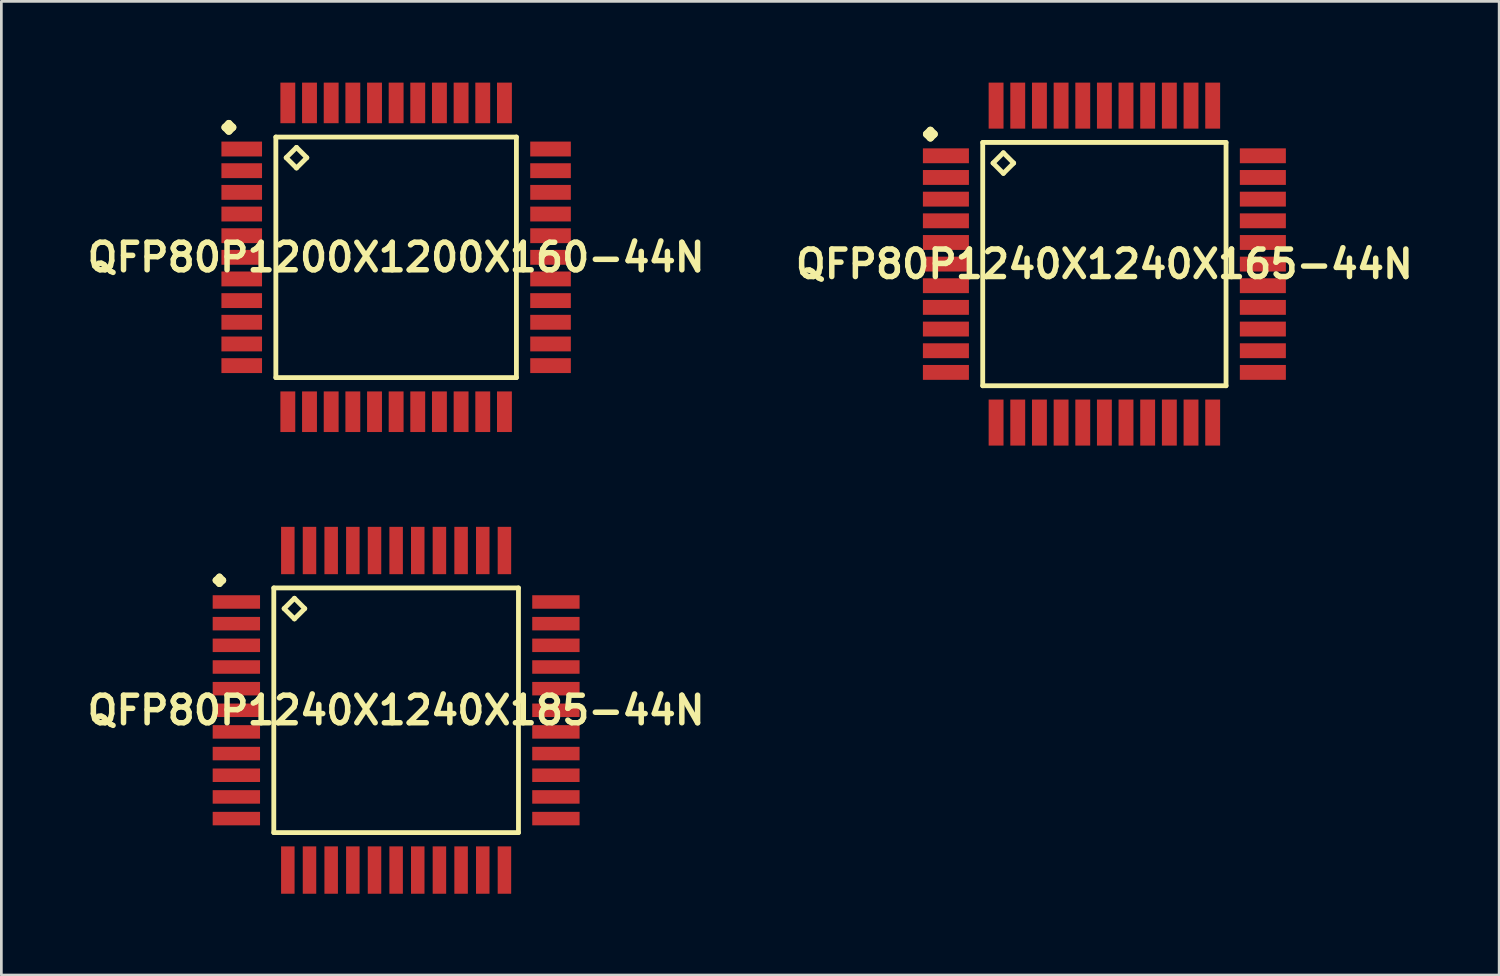
<source format=kicad_pcb>
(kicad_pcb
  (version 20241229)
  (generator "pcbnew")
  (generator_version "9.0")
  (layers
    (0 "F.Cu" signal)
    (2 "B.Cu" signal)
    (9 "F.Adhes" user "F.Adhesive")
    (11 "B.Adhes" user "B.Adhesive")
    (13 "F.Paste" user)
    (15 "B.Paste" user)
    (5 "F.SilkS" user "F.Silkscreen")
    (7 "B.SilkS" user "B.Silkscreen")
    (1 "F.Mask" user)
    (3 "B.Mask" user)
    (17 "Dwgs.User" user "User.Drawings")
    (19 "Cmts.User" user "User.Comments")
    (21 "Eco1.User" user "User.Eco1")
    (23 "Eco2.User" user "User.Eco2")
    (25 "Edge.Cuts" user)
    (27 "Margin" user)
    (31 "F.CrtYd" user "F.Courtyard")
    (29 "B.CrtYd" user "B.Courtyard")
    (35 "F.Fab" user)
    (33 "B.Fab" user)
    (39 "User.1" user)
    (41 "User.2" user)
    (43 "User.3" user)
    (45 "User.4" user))
  (footprint "QFP80P1240X1240X185-44N"
    (layer "F.Cu")
    (at 11.573 23.17)
    (property "Reference" "QFP80P1240X1240X185-44N" (at 0 0 0) (layer "F.SilkS") (effects (font (size 1.016 1.016) (thickness 0.203))))
    (attr smd)
    (fp_line (start -6.65 -4.798) (end -6.523 -4.923) (stroke (width 0.249) (type solid)) (layer "F.SilkS"))
    (fp_line (start -6.523 -4.923) (end -6.398 -4.798) (stroke (width 0.249) (type solid)) (layer "F.SilkS"))
    (fp_line (start -6.523 -4.674) (end -6.65 -4.798) (stroke (width 0.249) (type solid)) (layer "F.SilkS"))
    (fp_line (start -6.398 -4.798) (end -6.523 -4.674) (stroke (width 0.249) (type solid)) (layer "F.SilkS"))
    (fp_line (start -4.516 -4.516) (end -4.516 4.516) (stroke (width 0.178) (type solid)) (layer "F.SilkS"))
    (fp_line (start -4.516 4.516) (end 4.516 4.516) (stroke (width 0.178) (type solid)) (layer "F.SilkS"))
    (fp_line (start -4.135 -3.754) (end -3.754 -4.135) (stroke (width 0.178) (type solid)) (layer "F.SilkS"))
    (fp_line (start -3.754 -4.135) (end -3.373 -3.754) (stroke (width 0.178) (type solid)) (layer "F.SilkS"))
    (fp_line (start -3.754 -3.373) (end -4.135 -3.754) (stroke (width 0.178) (type solid)) (layer "F.SilkS"))
    (fp_line (start -3.373 -3.754) (end -3.754 -3.373) (stroke (width 0.178) (type solid)) (layer "F.SilkS"))
    (fp_line (start 4.516 -4.516) (end -4.516 -4.516) (stroke (width 0.178) (type solid)) (layer "F.SilkS"))
    (fp_line (start 4.516 4.516) (end 4.516 -4.516) (stroke (width 0.178) (type solid)) (layer "F.SilkS"))
    (pad "1" smd rect (at -5.898 -3.998) (size 1.748 0.498) (layers "F.Cu" "F.Mask" "F.Paste"))
    (pad "2" smd rect (at -5.898 -3.198) (size 1.748 0.498) (layers "F.Cu" "F.Mask" "F.Paste"))
    (pad "3" smd rect (at -5.898 -2.398) (size 1.748 0.498) (layers "F.Cu" "F.Mask" "F.Paste"))
    (pad "4" smd rect (at -5.898 -1.598) (size 1.748 0.498) (layers "F.Cu" "F.Mask" "F.Paste"))
    (pad "5" smd rect (at -5.898 -0.798) (size 1.748 0.498) (layers "F.Cu" "F.Mask" "F.Paste"))
    (pad "6" smd rect (at -5.898 0) (size 1.748 0.498) (layers "F.Cu" "F.Mask" "F.Paste"))
    (pad "7" smd rect (at -5.898 0.798) (size 1.748 0.498) (layers "F.Cu" "F.Mask" "F.Paste"))
    (pad "8" smd rect (at -5.898 1.598) (size 1.748 0.498) (layers "F.Cu" "F.Mask" "F.Paste"))
    (pad "9" smd rect (at -5.898 2.398) (size 1.748 0.498) (layers "F.Cu" "F.Mask" "F.Paste"))
    (pad "10" smd rect (at -5.898 3.198) (size 1.748 0.498) (layers "F.Cu" "F.Mask" "F.Paste"))
    (pad "11" smd rect (at -5.898 3.998) (size 1.748 0.498) (layers "F.Cu" "F.Mask" "F.Paste"))
    (pad "12" smd rect (at -3.998 5.898) (size 0.498 1.748) (layers "F.Cu" "F.Mask" "F.Paste"))
    (pad "13" smd rect (at -3.198 5.898) (size 0.498 1.748) (layers "F.Cu" "F.Mask" "F.Paste"))
    (pad "14" smd rect (at -2.398 5.898) (size 0.498 1.748) (layers "F.Cu" "F.Mask" "F.Paste"))
    (pad "15" smd rect (at -1.598 5.898) (size 0.498 1.748) (layers "F.Cu" "F.Mask" "F.Paste"))
    (pad "16" smd rect (at -0.798 5.898) (size 0.498 1.748) (layers "F.Cu" "F.Mask" "F.Paste"))
    (pad "17" smd rect (at 0 5.898) (size 0.498 1.748) (layers "F.Cu" "F.Mask" "F.Paste"))
    (pad "18" smd rect (at 0.798 5.898) (size 0.498 1.748) (layers "F.Cu" "F.Mask" "F.Paste"))
    (pad "19" smd rect (at 1.598 5.898) (size 0.498 1.748) (layers "F.Cu" "F.Mask" "F.Paste"))
    (pad "20" smd rect (at 2.398 5.898) (size 0.498 1.748) (layers "F.Cu" "F.Mask" "F.Paste"))
    (pad "21" smd rect (at 3.198 5.898) (size 0.498 1.748) (layers "F.Cu" "F.Mask" "F.Paste"))
    (pad "22" smd rect (at 3.998 5.898) (size 0.498 1.748) (layers "F.Cu" "F.Mask" "F.Paste"))
    (pad "23" smd rect (at 5.898 3.998) (size 1.748 0.498) (layers "F.Cu" "F.Mask" "F.Paste"))
    (pad "24" smd rect (at 5.898 3.198) (size 1.748 0.498) (layers "F.Cu" "F.Mask" "F.Paste"))
    (pad "25" smd rect (at 5.898 2.398) (size 1.748 0.498) (layers "F.Cu" "F.Mask" "F.Paste"))
    (pad "26" smd rect (at 5.898 1.598) (size 1.748 0.498) (layers "F.Cu" "F.Mask" "F.Paste"))
    (pad "27" smd rect (at 5.898 0.798) (size 1.748 0.498) (layers "F.Cu" "F.Mask" "F.Paste"))
    (pad "28" smd rect (at 5.898 0) (size 1.748 0.498) (layers "F.Cu" "F.Mask" "F.Paste"))
    (pad "29" smd rect (at 5.898 -0.798) (size 1.748 0.498) (layers "F.Cu" "F.Mask" "F.Paste"))
    (pad "30" smd rect (at 5.898 -1.598) (size 1.748 0.498) (layers "F.Cu" "F.Mask" "F.Paste"))
    (pad "31" smd rect (at 5.898 -2.398) (size 1.748 0.498) (layers "F.Cu" "F.Mask" "F.Paste"))
    (pad "32" smd rect (at 5.898 -3.198) (size 1.748 0.498) (layers "F.Cu" "F.Mask" "F.Paste"))
    (pad "33" smd rect (at 5.898 -3.998) (size 1.748 0.498) (layers "F.Cu" "F.Mask" "F.Paste"))
    (pad "34" smd rect (at 3.998 -5.898) (size 0.498 1.748) (layers "F.Cu" "F.Mask" "F.Paste"))
    (pad "35" smd rect (at 3.198 -5.898) (size 0.498 1.748) (layers "F.Cu" "F.Mask" "F.Paste"))
    (pad "36" smd rect (at 2.398 -5.898) (size 0.498 1.748) (layers "F.Cu" "F.Mask" "F.Paste"))
    (pad "37" smd rect (at 1.598 -5.898) (size 0.498 1.748) (layers "F.Cu" "F.Mask" "F.Paste"))
    (pad "38" smd rect (at 0.798 -5.898) (size 0.498 1.748) (layers "F.Cu" "F.Mask" "F.Paste"))
    (pad "39" smd rect (at 0 -5.898) (size 0.498 1.748) (layers "F.Cu" "F.Mask" "F.Paste"))
    (pad "40" smd rect (at -0.798 -5.898) (size 0.498 1.748) (layers "F.Cu" "F.Mask" "F.Paste"))
    (pad "41" smd rect (at -1.598 -5.898) (size 0.498 1.748) (layers "F.Cu" "F.Mask" "F.Paste"))
    (pad "42" smd rect (at -2.398 -5.898) (size 0.498 1.748) (layers "F.Cu" "F.Mask" "F.Paste"))
    (pad "43" smd rect (at -3.198 -5.898) (size 0.498 1.748) (layers "F.Cu" "F.Mask" "F.Paste"))
    (pad "44" smd rect (at -3.998 -5.898) (size 0.498 1.748) (layers "F.Cu" "F.Mask" "F.Paste")))
  (footprint "QFP80P1200X1200X160-44N"
    (layer "F.Cu")
    (at 11.573 6.449)
    (property "Reference" "QFP80P1200X1200X160-44N" (at 0 0 0) (layer "F.SilkS") (effects (font (size 1.016 1.016) (thickness 0.203))))
    (attr smd)
    (fp_line (start -6.312 -4.798) (end -6.175 -4.935) (stroke (width 0.274) (type solid)) (layer "F.SilkS"))
    (fp_line (start -6.175 -4.935) (end -6.035 -4.798) (stroke (width 0.274) (type solid)) (layer "F.SilkS"))
    (fp_line (start -6.175 -4.661) (end -6.312 -4.798) (stroke (width 0.274) (type solid)) (layer "F.SilkS"))
    (fp_line (start -6.035 -4.798) (end -6.175 -4.661) (stroke (width 0.274) (type solid)) (layer "F.SilkS"))
    (fp_line (start -4.44 -4.44) (end -4.44 4.44) (stroke (width 0.178) (type solid)) (layer "F.SilkS"))
    (fp_line (start -4.44 4.44) (end 4.44 4.44) (stroke (width 0.178) (type solid)) (layer "F.SilkS"))
    (fp_line (start -4.059 -3.678) (end -3.678 -4.059) (stroke (width 0.178) (type solid)) (layer "F.SilkS"))
    (fp_line (start -3.678 -4.059) (end -3.297 -3.678) (stroke (width 0.178) (type solid)) (layer "F.SilkS"))
    (fp_line (start -3.678 -3.297) (end -4.059 -3.678) (stroke (width 0.178) (type solid)) (layer "F.SilkS"))
    (fp_line (start -3.297 -3.678) (end -3.678 -3.297) (stroke (width 0.178) (type solid)) (layer "F.SilkS"))
    (fp_line (start 4.44 -4.44) (end -4.44 -4.44) (stroke (width 0.178) (type solid)) (layer "F.SilkS"))
    (fp_line (start 4.44 4.44) (end 4.44 -4.44) (stroke (width 0.178) (type solid)) (layer "F.SilkS"))
    (pad "1" smd rect (at -5.7 -3.998) (size 1.499 0.549) (layers "F.Cu" "F.Mask" "F.Paste"))
    (pad "2" smd rect (at -5.7 -3.198) (size 1.499 0.549) (layers "F.Cu" "F.Mask" "F.Paste"))
    (pad "3" smd rect (at -5.7 -2.398) (size 1.499 0.549) (layers "F.Cu" "F.Mask" "F.Paste"))
    (pad "4" smd rect (at -5.7 -1.598) (size 1.499 0.549) (layers "F.Cu" "F.Mask" "F.Paste"))
    (pad "5" smd rect (at -5.7 -0.798) (size 1.499 0.549) (layers "F.Cu" "F.Mask" "F.Paste"))
    (pad "6" smd rect (at -5.7 0) (size 1.499 0.549) (layers "F.Cu" "F.Mask" "F.Paste"))
    (pad "7" smd rect (at -5.7 0.798) (size 1.499 0.549) (layers "F.Cu" "F.Mask" "F.Paste"))
    (pad "8" smd rect (at -5.7 1.598) (size 1.499 0.549) (layers "F.Cu" "F.Mask" "F.Paste"))
    (pad "9" smd rect (at -5.7 2.398) (size 1.499 0.549) (layers "F.Cu" "F.Mask" "F.Paste"))
    (pad "10" smd rect (at -5.7 3.198) (size 1.499 0.549) (layers "F.Cu" "F.Mask" "F.Paste"))
    (pad "11" smd rect (at -5.7 3.998) (size 1.499 0.549) (layers "F.Cu" "F.Mask" "F.Paste"))
    (pad "12" smd rect (at -3.998 5.7) (size 0.549 1.499) (layers "F.Cu" "F.Mask" "F.Paste"))
    (pad "13" smd rect (at -3.198 5.7) (size 0.549 1.499) (layers "F.Cu" "F.Mask" "F.Paste"))
    (pad "14" smd rect (at -2.398 5.7) (size 0.549 1.499) (layers "F.Cu" "F.Mask" "F.Paste"))
    (pad "15" smd rect (at -1.598 5.7) (size 0.549 1.499) (layers "F.Cu" "F.Mask" "F.Paste"))
    (pad "16" smd rect (at -0.798 5.7) (size 0.549 1.499) (layers "F.Cu" "F.Mask" "F.Paste"))
    (pad "17" smd rect (at 0 5.7) (size 0.549 1.499) (layers "F.Cu" "F.Mask" "F.Paste"))
    (pad "18" smd rect (at 0.798 5.7) (size 0.549 1.499) (layers "F.Cu" "F.Mask" "F.Paste"))
    (pad "19" smd rect (at 1.598 5.7) (size 0.549 1.499) (layers "F.Cu" "F.Mask" "F.Paste"))
    (pad "20" smd rect (at 2.398 5.7) (size 0.549 1.499) (layers "F.Cu" "F.Mask" "F.Paste"))
    (pad "21" smd rect (at 3.198 5.7) (size 0.549 1.499) (layers "F.Cu" "F.Mask" "F.Paste"))
    (pad "22" smd rect (at 3.998 5.7) (size 0.549 1.499) (layers "F.Cu" "F.Mask" "F.Paste"))
    (pad "23" smd rect (at 5.7 3.998) (size 1.499 0.549) (layers "F.Cu" "F.Mask" "F.Paste"))
    (pad "24" smd rect (at 5.7 3.198) (size 1.499 0.549) (layers "F.Cu" "F.Mask" "F.Paste"))
    (pad "25" smd rect (at 5.7 2.398) (size 1.499 0.549) (layers "F.Cu" "F.Mask" "F.Paste"))
    (pad "26" smd rect (at 5.7 1.598) (size 1.499 0.549) (layers "F.Cu" "F.Mask" "F.Paste"))
    (pad "27" smd rect (at 5.7 0.798) (size 1.499 0.549) (layers "F.Cu" "F.Mask" "F.Paste"))
    (pad "28" smd rect (at 5.7 0) (size 1.499 0.549) (layers "F.Cu" "F.Mask" "F.Paste"))
    (pad "29" smd rect (at 5.7 -0.798) (size 1.499 0.549) (layers "F.Cu" "F.Mask" "F.Paste"))
    (pad "30" smd rect (at 5.7 -1.598) (size 1.499 0.549) (layers "F.Cu" "F.Mask" "F.Paste"))
    (pad "31" smd rect (at 5.7 -2.398) (size 1.499 0.549) (layers "F.Cu" "F.Mask" "F.Paste"))
    (pad "32" smd rect (at 5.7 -3.198) (size 1.499 0.549) (layers "F.Cu" "F.Mask" "F.Paste"))
    (pad "33" smd rect (at 5.7 -3.998) (size 1.499 0.549) (layers "F.Cu" "F.Mask" "F.Paste"))
    (pad "34" smd rect (at 3.998 -5.7) (size 0.549 1.499) (layers "F.Cu" "F.Mask" "F.Paste"))
    (pad "35" smd rect (at 3.198 -5.7) (size 0.549 1.499) (layers "F.Cu" "F.Mask" "F.Paste"))
    (pad "36" smd rect (at 2.398 -5.7) (size 0.549 1.499) (layers "F.Cu" "F.Mask" "F.Paste"))
    (pad "37" smd rect (at 1.598 -5.7) (size 0.549 1.499) (layers "F.Cu" "F.Mask" "F.Paste"))
    (pad "38" smd rect (at 0.798 -5.7) (size 0.549 1.499) (layers "F.Cu" "F.Mask" "F.Paste"))
    (pad "39" smd rect (at 0 -5.7) (size 0.549 1.499) (layers "F.Cu" "F.Mask" "F.Paste"))
    (pad "40" smd rect (at -0.798 -5.7) (size 0.549 1.499) (layers "F.Cu" "F.Mask" "F.Paste"))
    (pad "41" smd rect (at -1.598 -5.7) (size 0.549 1.499) (layers "F.Cu" "F.Mask" "F.Paste"))
    (pad "42" smd rect (at -2.398 -5.7) (size 0.549 1.499) (layers "F.Cu" "F.Mask" "F.Paste"))
    (pad "43" smd rect (at -3.198 -5.7) (size 0.549 1.499) (layers "F.Cu" "F.Mask" "F.Paste"))
    (pad "44" smd rect (at -3.998 -5.7) (size 0.549 1.499) (layers "F.Cu" "F.Mask" "F.Paste")))
  (footprint "QFP80P1240X1240X165-44N"
    (layer "F.Cu")
    (at 37.718 6.699)
    (property "Reference" "QFP80P1240X1240X165-44N" (at 0 0 0) (layer "F.SilkS") (effects (font (size 1.016 1.016) (thickness 0.203))))
    (attr smd)
    (fp_line (start -6.561 -4.798) (end -6.424 -4.935) (stroke (width 0.274) (type solid)) (layer "F.SilkS"))
    (fp_line (start -6.424 -4.935) (end -6.287 -4.798) (stroke (width 0.274) (type solid)) (layer "F.SilkS"))
    (fp_line (start -6.424 -4.661) (end -6.561 -4.798) (stroke (width 0.274) (type solid)) (layer "F.SilkS"))
    (fp_line (start -6.287 -4.798) (end -6.424 -4.661) (stroke (width 0.274) (type solid)) (layer "F.SilkS"))
    (fp_line (start -4.491 -4.491) (end -4.491 4.491) (stroke (width 0.178) (type solid)) (layer "F.SilkS"))
    (fp_line (start -4.491 4.491) (end 4.491 4.491) (stroke (width 0.178) (type solid)) (layer "F.SilkS"))
    (fp_line (start -4.11 -3.729) (end -3.729 -4.11) (stroke (width 0.178) (type solid)) (layer "F.SilkS"))
    (fp_line (start -3.729 -4.11) (end -3.348 -3.729) (stroke (width 0.178) (type solid)) (layer "F.SilkS"))
    (fp_line (start -3.729 -3.348) (end -4.11 -3.729) (stroke (width 0.178) (type solid)) (layer "F.SilkS"))
    (fp_line (start -3.348 -3.729) (end -3.729 -3.348) (stroke (width 0.178) (type solid)) (layer "F.SilkS"))
    (fp_line (start 4.491 -4.491) (end -4.491 -4.491) (stroke (width 0.178) (type solid)) (layer "F.SilkS"))
    (fp_line (start 4.491 4.491) (end 4.491 -4.491) (stroke (width 0.178) (type solid)) (layer "F.SilkS"))
    (pad "1" smd rect (at -5.85 -3.998) (size 1.699 0.549) (layers "F.Cu" "F.Mask" "F.Paste"))
    (pad "2" smd rect (at -5.85 -3.198) (size 1.699 0.549) (layers "F.Cu" "F.Mask" "F.Paste"))
    (pad "3" smd rect (at -5.85 -2.398) (size 1.699 0.549) (layers "F.Cu" "F.Mask" "F.Paste"))
    (pad "4" smd rect (at -5.85 -1.598) (size 1.699 0.549) (layers "F.Cu" "F.Mask" "F.Paste"))
    (pad "5" smd rect (at -5.85 -0.798) (size 1.699 0.549) (layers "F.Cu" "F.Mask" "F.Paste"))
    (pad "6" smd rect (at -5.85 0) (size 1.699 0.549) (layers "F.Cu" "F.Mask" "F.Paste"))
    (pad "7" smd rect (at -5.85 0.798) (size 1.699 0.549) (layers "F.Cu" "F.Mask" "F.Paste"))
    (pad "8" smd rect (at -5.85 1.598) (size 1.699 0.549) (layers "F.Cu" "F.Mask" "F.Paste"))
    (pad "9" smd rect (at -5.85 2.398) (size 1.699 0.549) (layers "F.Cu" "F.Mask" "F.Paste"))
    (pad "10" smd rect (at -5.85 3.198) (size 1.699 0.549) (layers "F.Cu" "F.Mask" "F.Paste"))
    (pad "11" smd rect (at -5.85 3.998) (size 1.699 0.549) (layers "F.Cu" "F.Mask" "F.Paste"))
    (pad "12" smd rect (at -3.998 5.85) (size 0.549 1.699) (layers "F.Cu" "F.Mask" "F.Paste"))
    (pad "13" smd rect (at -3.198 5.85) (size 0.549 1.699) (layers "F.Cu" "F.Mask" "F.Paste"))
    (pad "14" smd rect (at -2.398 5.85) (size 0.549 1.699) (layers "F.Cu" "F.Mask" "F.Paste"))
    (pad "15" smd rect (at -1.598 5.85) (size 0.549 1.699) (layers "F.Cu" "F.Mask" "F.Paste"))
    (pad "16" smd rect (at -0.798 5.85) (size 0.549 1.699) (layers "F.Cu" "F.Mask" "F.Paste"))
    (pad "17" smd rect (at 0 5.85) (size 0.549 1.699) (layers "F.Cu" "F.Mask" "F.Paste"))
    (pad "18" smd rect (at 0.798 5.85) (size 0.549 1.699) (layers "F.Cu" "F.Mask" "F.Paste"))
    (pad "19" smd rect (at 1.598 5.85) (size 0.549 1.699) (layers "F.Cu" "F.Mask" "F.Paste"))
    (pad "20" smd rect (at 2.398 5.85) (size 0.549 1.699) (layers "F.Cu" "F.Mask" "F.Paste"))
    (pad "21" smd rect (at 3.198 5.85) (size 0.549 1.699) (layers "F.Cu" "F.Mask" "F.Paste"))
    (pad "22" smd rect (at 3.998 5.85) (size 0.549 1.699) (layers "F.Cu" "F.Mask" "F.Paste"))
    (pad "23" smd rect (at 5.85 3.998) (size 1.699 0.549) (layers "F.Cu" "F.Mask" "F.Paste"))
    (pad "24" smd rect (at 5.85 3.198) (size 1.699 0.549) (layers "F.Cu" "F.Mask" "F.Paste"))
    (pad "25" smd rect (at 5.85 2.398) (size 1.699 0.549) (layers "F.Cu" "F.Mask" "F.Paste"))
    (pad "26" smd rect (at 5.85 1.598) (size 1.699 0.549) (layers "F.Cu" "F.Mask" "F.Paste"))
    (pad "27" smd rect (at 5.85 0.798) (size 1.699 0.549) (layers "F.Cu" "F.Mask" "F.Paste"))
    (pad "28" smd rect (at 5.85 0) (size 1.699 0.549) (layers "F.Cu" "F.Mask" "F.Paste"))
    (pad "29" smd rect (at 5.85 -0.798) (size 1.699 0.549) (layers "F.Cu" "F.Mask" "F.Paste"))
    (pad "30" smd rect (at 5.85 -1.598) (size 1.699 0.549) (layers "F.Cu" "F.Mask" "F.Paste"))
    (pad "31" smd rect (at 5.85 -2.398) (size 1.699 0.549) (layers "F.Cu" "F.Mask" "F.Paste"))
    (pad "32" smd rect (at 5.85 -3.198) (size 1.699 0.549) (layers "F.Cu" "F.Mask" "F.Paste"))
    (pad "33" smd rect (at 5.85 -3.998) (size 1.699 0.549) (layers "F.Cu" "F.Mask" "F.Paste"))
    (pad "34" smd rect (at 3.998 -5.85) (size 0.549 1.699) (layers "F.Cu" "F.Mask" "F.Paste"))
    (pad "35" smd rect (at 3.198 -5.85) (size 0.549 1.699) (layers "F.Cu" "F.Mask" "F.Paste"))
    (pad "36" smd rect (at 2.398 -5.85) (size 0.549 1.699) (layers "F.Cu" "F.Mask" "F.Paste"))
    (pad "37" smd rect (at 1.598 -5.85) (size 0.549 1.699) (layers "F.Cu" "F.Mask" "F.Paste"))
    (pad "38" smd rect (at 0.798 -5.85) (size 0.549 1.699) (layers "F.Cu" "F.Mask" "F.Paste"))
    (pad "39" smd rect (at 0 -5.85) (size 0.549 1.699) (layers "F.Cu" "F.Mask" "F.Paste"))
    (pad "40" smd rect (at -0.798 -5.85) (size 0.549 1.699) (layers "F.Cu" "F.Mask" "F.Paste"))
    (pad "41" smd rect (at -1.598 -5.85) (size 0.549 1.699) (layers "F.Cu" "F.Mask" "F.Paste"))
    (pad "42" smd rect (at -2.398 -5.85) (size 0.549 1.699) (layers "F.Cu" "F.Mask" "F.Paste"))
    (pad "43" smd rect (at -3.198 -5.85) (size 0.549 1.699) (layers "F.Cu" "F.Mask" "F.Paste"))
    (pad "44" smd rect (at -3.998 -5.85) (size 0.549 1.699) (layers "F.Cu" "F.Mask" "F.Paste")))
  (gr_rect
    (start -3 -3)
    (end 52.291 32.942)
    (stroke (width 0.1) (type default))
    (fill no)
    (layer "Edge.Cuts")))
</source>
